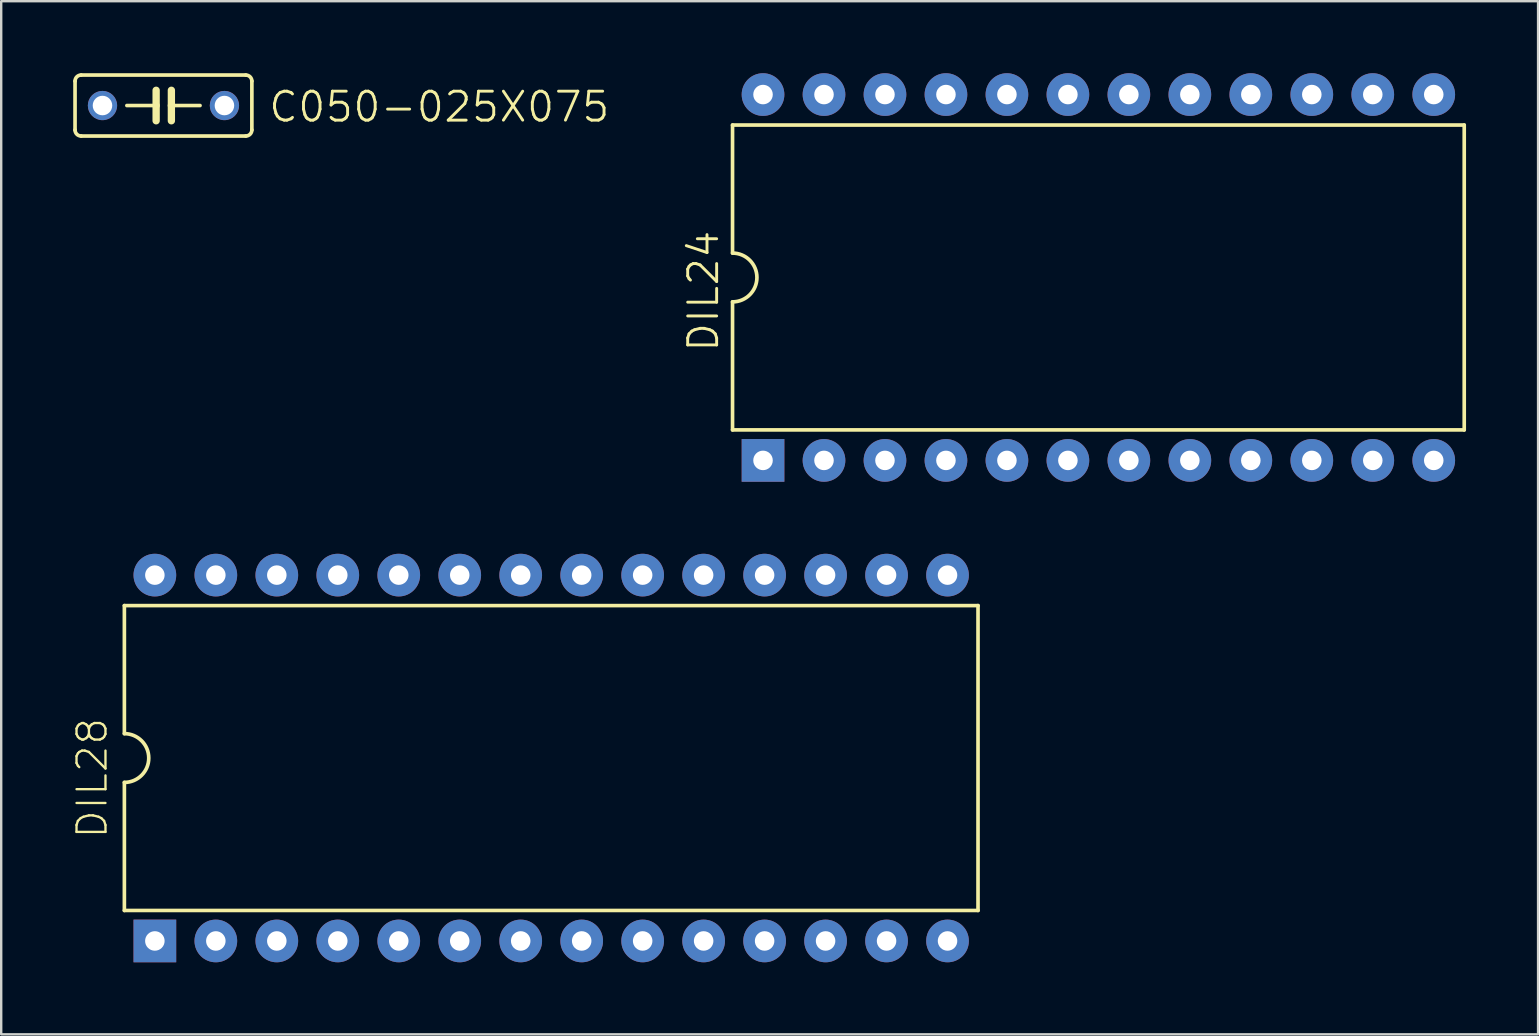
<source format=kicad_pcb>
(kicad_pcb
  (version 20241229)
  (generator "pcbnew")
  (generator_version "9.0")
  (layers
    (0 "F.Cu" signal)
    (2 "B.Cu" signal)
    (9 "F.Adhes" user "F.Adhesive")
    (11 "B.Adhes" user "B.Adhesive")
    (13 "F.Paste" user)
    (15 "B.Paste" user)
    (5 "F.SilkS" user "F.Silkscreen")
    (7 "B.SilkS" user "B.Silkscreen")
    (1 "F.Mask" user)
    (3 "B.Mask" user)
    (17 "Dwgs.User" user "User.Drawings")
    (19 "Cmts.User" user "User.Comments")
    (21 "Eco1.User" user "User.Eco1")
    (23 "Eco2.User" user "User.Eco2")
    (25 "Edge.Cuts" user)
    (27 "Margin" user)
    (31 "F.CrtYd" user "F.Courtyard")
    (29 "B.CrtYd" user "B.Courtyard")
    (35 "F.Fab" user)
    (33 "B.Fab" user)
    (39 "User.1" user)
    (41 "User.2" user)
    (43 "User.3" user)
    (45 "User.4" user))
  (footprint "DIL28"
    (layer "F.Cu")
    (at 19.911 28.527)
    (property "Reference" "DIL28" (at -18.415 3.429 90) (layer "F.SilkS") (effects (font (size 1.206 1.206) (thickness 0.097)) (justify left bottom)))
    (attr through_hole)
    (fp_line (start -17.78 -6.35) (end -17.78 -1.016) (stroke (width 0.152) (type solid)) (layer "F.SilkS"))
    (fp_line (start -17.78 6.35) (end -17.78 1.016) (stroke (width 0.152) (type solid)) (layer "F.SilkS"))
    (fp_line (start -17.78 6.35) (end 17.78 6.35) (stroke (width 0.152) (type solid)) (layer "F.SilkS"))
    (fp_line (start 17.78 -6.35) (end -17.78 -6.35) (stroke (width 0.152) (type solid)) (layer "F.SilkS"))
    (fp_line (start 17.78 -6.35) (end 17.78 6.35) (stroke (width 0.152) (type solid)) (layer "F.SilkS"))
    (fp_arc (start -17.78 -1.016) (mid -16.764 0) (end -17.78 1.016) (stroke (width 0.1524) (type solid)) (layer "F.SilkS"))
    (pad "1" thru_hole rect (at -16.51 7.62 90) (size 1.778 1.778) (drill 0.813) (layers "*.Cu" "*.Mask"))
    (pad "2" thru_hole circle (at -13.97 7.62 90) (size 1.778 1.778) (drill 0.813) (layers "*.Cu" "*.Mask"))
    (pad "3" thru_hole circle (at -11.43 7.62 90) (size 1.778 1.778) (drill 0.813) (layers "*.Cu" "*.Mask"))
    (pad "4" thru_hole circle (at -8.89 7.62 90) (size 1.778 1.778) (drill 0.813) (layers "*.Cu" "*.Mask"))
    (pad "5" thru_hole circle (at -6.35 7.62 90) (size 1.778 1.778) (drill 0.813) (layers "*.Cu" "*.Mask"))
    (pad "6" thru_hole circle (at -3.81 7.62 90) (size 1.778 1.778) (drill 0.813) (layers "*.Cu" "*.Mask"))
    (pad "7" thru_hole circle (at -1.27 7.62 90) (size 1.778 1.778) (drill 0.813) (layers "*.Cu" "*.Mask"))
    (pad "8" thru_hole circle (at 1.27 7.62 90) (size 1.778 1.778) (drill 0.813) (layers "*.Cu" "*.Mask"))
    (pad "9" thru_hole circle (at 3.81 7.62 90) (size 1.778 1.778) (drill 0.813) (layers "*.Cu" "*.Mask"))
    (pad "10" thru_hole circle (at 6.35 7.62 90) (size 1.778 1.778) (drill 0.813) (layers "*.Cu" "*.Mask"))
    (pad "11" thru_hole circle (at 8.89 7.62 90) (size 1.778 1.778) (drill 0.813) (layers "*.Cu" "*.Mask"))
    (pad "12" thru_hole circle (at 11.43 7.62 90) (size 1.778 1.778) (drill 0.813) (layers "*.Cu" "*.Mask"))
    (pad "13" thru_hole circle (at 13.97 7.62 90) (size 1.778 1.778) (drill 0.813) (layers "*.Cu" "*.Mask"))
    (pad "14" thru_hole circle (at 16.51 7.62 90) (size 1.778 1.778) (drill 0.813) (layers "*.Cu" "*.Mask"))
    (pad "15" thru_hole circle (at 16.51 -7.62 90) (size 1.778 1.778) (drill 0.813) (layers "*.Cu" "*.Mask"))
    (pad "16" thru_hole circle (at 13.97 -7.62 90) (size 1.778 1.778) (drill 0.813) (layers "*.Cu" "*.Mask"))
    (pad "17" thru_hole circle (at 11.43 -7.62 90) (size 1.778 1.778) (drill 0.813) (layers "*.Cu" "*.Mask"))
    (pad "18" thru_hole circle (at 8.89 -7.62 90) (size 1.778 1.778) (drill 0.813) (layers "*.Cu" "*.Mask"))
    (pad "19" thru_hole circle (at 6.35 -7.62 90) (size 1.778 1.778) (drill 0.813) (layers "*.Cu" "*.Mask"))
    (pad "20" thru_hole circle (at 3.81 -7.62 90) (size 1.778 1.778) (drill 0.813) (layers "*.Cu" "*.Mask"))
    (pad "21" thru_hole circle (at 1.27 -7.62 90) (size 1.778 1.778) (drill 0.813) (layers "*.Cu" "*.Mask"))
    (pad "22" thru_hole circle (at -1.27 -7.62 90) (size 1.778 1.778) (drill 0.813) (layers "*.Cu" "*.Mask"))
    (pad "23" thru_hole circle (at -3.81 -7.62 90) (size 1.778 1.778) (drill 0.813) (layers "*.Cu" "*.Mask"))
    (pad "24" thru_hole circle (at -6.35 -7.62 90) (size 1.778 1.778) (drill 0.813) (layers "*.Cu" "*.Mask"))
    (pad "25" thru_hole circle (at -8.89 -7.62 90) (size 1.778 1.778) (drill 0.813) (layers "*.Cu" "*.Mask"))
    (pad "26" thru_hole circle (at -11.43 -7.62 90) (size 1.778 1.778) (drill 0.813) (layers "*.Cu" "*.Mask"))
    (pad "27" thru_hole circle (at -13.97 -7.62 90) (size 1.778 1.778) (drill 0.813) (layers "*.Cu" "*.Mask"))
    (pad "28" thru_hole circle (at -16.51 -7.62 90) (size 1.778 1.778) (drill 0.813) (layers "*.Cu" "*.Mask")))
  (footprint "C050-025X075"
    (layer "F.Cu")
    (at 3.759 1.346)
    (property "Reference" "C050-025X075" (at 4.318 0.762 0) (layer "F.SilkS") (effects (font (size 1.206 1.206) (thickness 0.121)) (justify left bottom)))
    (attr through_hole)
    (fp_line (start -3.683 -1.016) (end -3.683 1.016) (stroke (width 0.152) (type solid)) (layer "F.SilkS"))
    (fp_line (start -3.429 1.27) (end 3.429 1.27) (stroke (width 0.152) (type solid)) (layer "F.SilkS"))
    (fp_line (start -0.305 -0.635) (end -0.305 0) (stroke (width 0.305) (type solid)) (layer "F.SilkS"))
    (fp_line (start -0.305 0) (end -1.524 0) (stroke (width 0.152) (type solid)) (layer "F.SilkS"))
    (fp_line (start -0.305 0) (end -0.305 0.635) (stroke (width 0.305) (type solid)) (layer "F.SilkS"))
    (fp_line (start 0.33 -0.635) (end 0.33 0) (stroke (width 0.305) (type solid)) (layer "F.SilkS"))
    (fp_line (start 0.33 0) (end 0.33 0.635) (stroke (width 0.305) (type solid)) (layer "F.SilkS"))
    (fp_line (start 0.33 0) (end 1.524 0) (stroke (width 0.152) (type solid)) (layer "F.SilkS"))
    (fp_line (start 3.429 -1.27) (end -3.429 -1.27) (stroke (width 0.152) (type solid)) (layer "F.SilkS"))
    (fp_line (start 3.683 1.016) (end 3.683 -1.016) (stroke (width 0.152) (type solid)) (layer "F.SilkS"))
    (fp_arc (start -3.683 -1.016) (mid -3.608605 -1.195605) (end -3.429 -1.27) (stroke (width 0.1524) (type solid)) (layer "F.SilkS"))
    (fp_arc (start -3.429 1.27) (mid -3.608605 1.195605) (end -3.683 1.016) (stroke (width 0.1524) (type solid)) (layer "F.SilkS"))
    (fp_arc (start 3.429 -1.27) (mid 3.608605 -1.195605) (end 3.683 -1.016) (stroke (width 0.1524) (type solid)) (layer "F.SilkS"))
    (fp_arc (start 3.683 1.016) (mid 3.608605 1.195605) (end 3.429 1.27) (stroke (width 0.1524) (type solid)) (layer "F.SilkS"))
    (pad "1" thru_hole circle (at -2.54 0) (size 1.219 1.219) (drill 0.813) (layers "*.Cu" "*.Mask"))
    (pad "2" thru_hole circle (at 2.54 0) (size 1.219 1.219) (drill 0.813) (layers "*.Cu" "*.Mask")))
  (footprint "DIL24"
    (layer "F.Cu")
    (at 42.705 8.509)
    (property "Reference" "DIL24" (at -15.748 3.175 90) (layer "F.SilkS") (effects (font (size 1.206 1.206) (thickness 0.121)) (justify left bottom)))
    (attr through_hole)
    (fp_line (start -15.24 -6.35) (end -15.24 -1.016) (stroke (width 0.152) (type solid)) (layer "F.SilkS"))
    (fp_line (start -15.24 6.35) (end -15.24 1.016) (stroke (width 0.152) (type solid)) (layer "F.SilkS"))
    (fp_line (start -15.24 6.35) (end 15.24 6.35) (stroke (width 0.152) (type solid)) (layer "F.SilkS"))
    (fp_line (start 15.24 -6.35) (end -15.24 -6.35) (stroke (width 0.152) (type solid)) (layer "F.SilkS"))
    (fp_line (start 15.24 -6.35) (end 15.24 6.35) (stroke (width 0.152) (type solid)) (layer "F.SilkS"))
    (fp_arc (start -15.24 -1.016) (mid -14.224 0) (end -15.24 1.016) (stroke (width 0.1524) (type solid)) (layer "F.SilkS"))
    (pad "1" thru_hole rect (at -13.97 7.62 90) (size 1.778 1.778) (drill 0.813) (layers "*.Cu" "*.Mask"))
    (pad "2" thru_hole circle (at -11.43 7.62 90) (size 1.778 1.778) (drill 0.813) (layers "*.Cu" "*.Mask"))
    (pad "3" thru_hole circle (at -8.89 7.62 90) (size 1.778 1.778) (drill 0.813) (layers "*.Cu" "*.Mask"))
    (pad "4" thru_hole circle (at -6.35 7.62 90) (size 1.778 1.778) (drill 0.813) (layers "*.Cu" "*.Mask"))
    (pad "5" thru_hole circle (at -3.81 7.62 90) (size 1.778 1.778) (drill 0.813) (layers "*.Cu" "*.Mask"))
    (pad "6" thru_hole circle (at -1.27 7.62 90) (size 1.778 1.778) (drill 0.813) (layers "*.Cu" "*.Mask"))
    (pad "7" thru_hole circle (at 1.27 7.62 90) (size 1.778 1.778) (drill 0.813) (layers "*.Cu" "*.Mask"))
    (pad "8" thru_hole circle (at 3.81 7.62 90) (size 1.778 1.778) (drill 0.813) (layers "*.Cu" "*.Mask"))
    (pad "9" thru_hole circle (at 6.35 7.62 90) (size 1.778 1.778) (drill 0.813) (layers "*.Cu" "*.Mask"))
    (pad "10" thru_hole circle (at 8.89 7.62 90) (size 1.778 1.778) (drill 0.813) (layers "*.Cu" "*.Mask"))
    (pad "11" thru_hole circle (at 11.43 7.62 90) (size 1.778 1.778) (drill 0.813) (layers "*.Cu" "*.Mask"))
    (pad "12" thru_hole circle (at 13.97 7.62 90) (size 1.778 1.778) (drill 0.813) (layers "*.Cu" "*.Mask"))
    (pad "13" thru_hole circle (at 13.97 -7.62 90) (size 1.778 1.778) (drill 0.813) (layers "*.Cu" "*.Mask"))
    (pad "14" thru_hole circle (at 11.43 -7.62 90) (size 1.778 1.778) (drill 0.813) (layers "*.Cu" "*.Mask"))
    (pad "15" thru_hole circle (at 8.89 -7.62 90) (size 1.778 1.778) (drill 0.813) (layers "*.Cu" "*.Mask"))
    (pad "16" thru_hole circle (at 6.35 -7.62 90) (size 1.778 1.778) (drill 0.813) (layers "*.Cu" "*.Mask"))
    (pad "17" thru_hole circle (at 3.81 -7.62 90) (size 1.778 1.778) (drill 0.813) (layers "*.Cu" "*.Mask"))
    (pad "18" thru_hole circle (at 1.27 -7.62 90) (size 1.778 1.778) (drill 0.813) (layers "*.Cu" "*.Mask"))
    (pad "19" thru_hole circle (at -1.27 -7.62 90) (size 1.778 1.778) (drill 0.813) (layers "*.Cu" "*.Mask"))
    (pad "20" thru_hole circle (at -3.81 -7.62 90) (size 1.778 1.778) (drill 0.813) (layers "*.Cu" "*.Mask"))
    (pad "21" thru_hole circle (at -6.35 -7.62 90) (size 1.778 1.778) (drill 0.813) (layers "*.Cu" "*.Mask"))
    (pad "22" thru_hole circle (at -8.89 -7.62 90) (size 1.778 1.778) (drill 0.813) (layers "*.Cu" "*.Mask"))
    (pad "23" thru_hole circle (at -11.43 -7.62 90) (size 1.778 1.778) (drill 0.813) (layers "*.Cu" "*.Mask"))
    (pad "24" thru_hole circle (at -13.97 -7.62 90) (size 1.778 1.778) (drill 0.813) (layers "*.Cu" "*.Mask")))
  (gr_rect
    (start -3 -3)
    (end 61.021 40.036)
    (stroke (width 0.1) (type default))
    (fill no)
    (layer "Edge.Cuts")))
</source>
